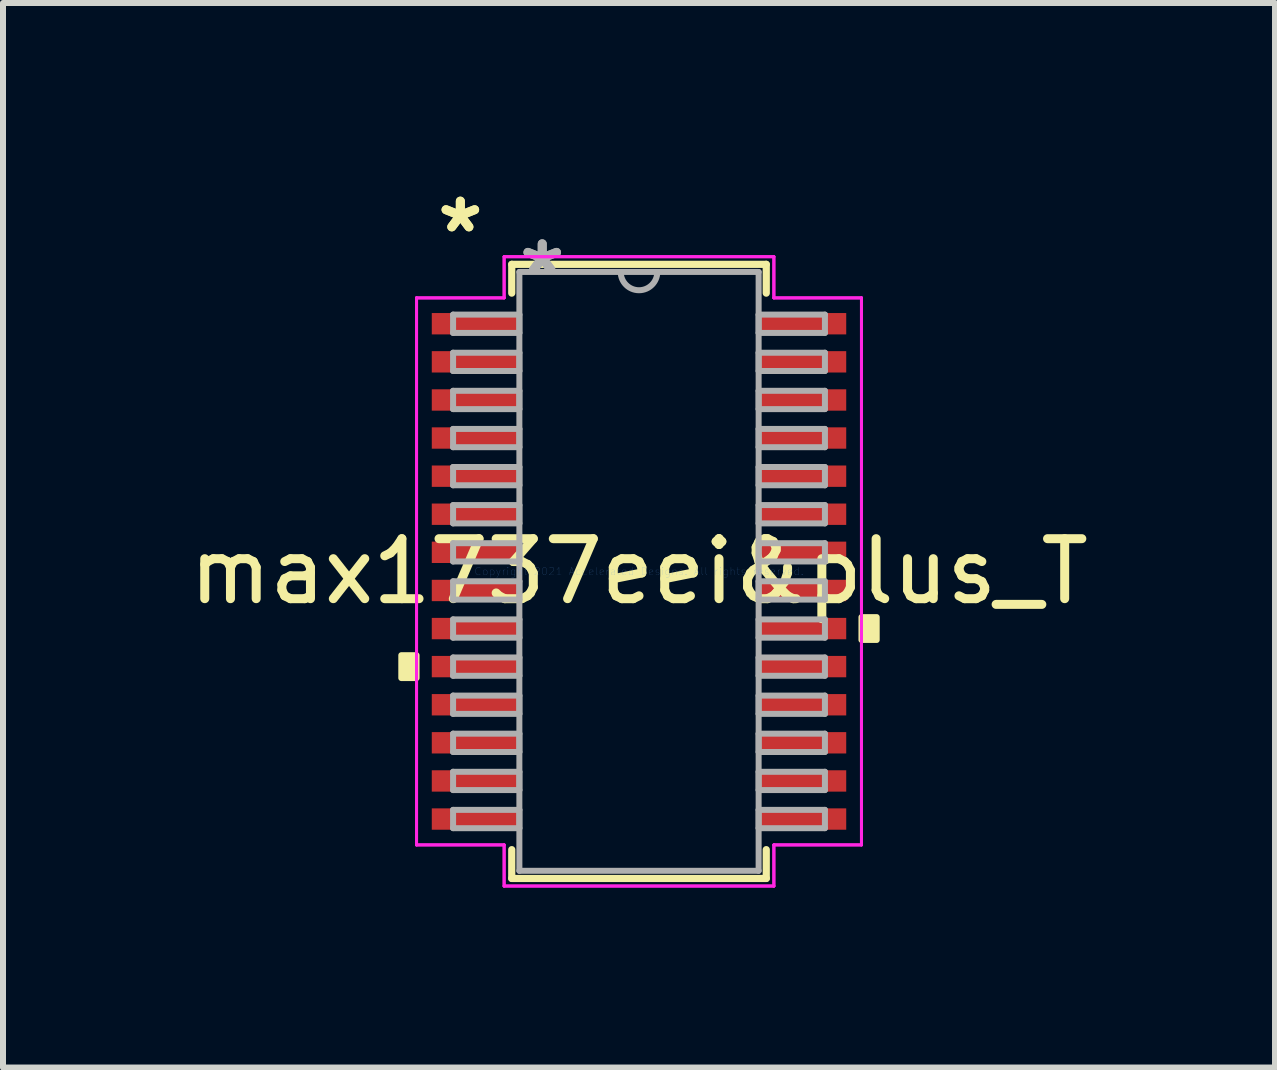
<source format=kicad_pcb>
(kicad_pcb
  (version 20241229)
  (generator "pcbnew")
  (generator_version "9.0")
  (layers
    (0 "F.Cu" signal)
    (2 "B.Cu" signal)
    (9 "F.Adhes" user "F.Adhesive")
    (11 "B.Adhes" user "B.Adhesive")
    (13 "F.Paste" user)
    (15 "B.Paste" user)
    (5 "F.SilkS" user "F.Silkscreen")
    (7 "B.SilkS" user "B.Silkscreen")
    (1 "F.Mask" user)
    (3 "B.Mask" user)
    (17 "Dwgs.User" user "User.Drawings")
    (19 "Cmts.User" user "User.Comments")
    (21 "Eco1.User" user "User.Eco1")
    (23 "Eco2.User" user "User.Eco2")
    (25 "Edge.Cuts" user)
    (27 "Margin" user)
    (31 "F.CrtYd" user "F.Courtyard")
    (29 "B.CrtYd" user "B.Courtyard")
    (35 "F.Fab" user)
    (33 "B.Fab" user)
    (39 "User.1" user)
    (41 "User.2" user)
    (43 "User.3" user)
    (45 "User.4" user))
  (footprint "max1737eei&plus_T"
    (layer "F.Cu")
    (at 7.601 6.474)
    (property "Reference" "max1737eei&plus_T" (at 0 0 0) (layer "F.SilkS") (effects (font (size 1 1) (thickness 0.15))))
    (attr through_hole)
    (fp_line (start -2.121 -5.118) (end -2.121 -4.638) (stroke (width 0.12) (type solid)) (layer "F.SilkS"))
    (fp_line (start -2.121 4.638) (end -2.121 5.118) (stroke (width 0.12) (type solid)) (layer "F.SilkS"))
    (fp_line (start -2.121 5.118) (end 2.121 5.118) (stroke (width 0.12) (type solid)) (layer "F.SilkS"))
    (fp_line (start 2.121 -5.118) (end -2.121 -5.118) (stroke (width 0.12) (type solid)) (layer "F.SilkS"))
    (fp_line (start 2.121 -4.638) (end 2.121 -5.118) (stroke (width 0.12) (type solid)) (layer "F.SilkS"))
    (fp_line (start 2.121 5.118) (end 2.121 4.638) (stroke (width 0.12) (type solid)) (layer "F.SilkS"))
    (fp_poly (pts (xy -3.962 1.397) (xy -3.962 1.778) (xy -3.708 1.778) (xy -3.708 1.397)) (stroke (width 0.1) (type solid)) (fill yes) (layer "F.SilkS"))
    (fp_poly (pts (xy 3.962 0.762) (xy 3.962 1.143) (xy 3.708 1.143) (xy 3.708 0.762)) (stroke (width 0.1) (type solid)) (fill yes) (layer "F.SilkS"))
    (fp_line (start -3.708 -4.559) (end -2.248 -4.559) (stroke (width 0.05) (type solid)) (layer "F.CrtYd"))
    (fp_line (start -3.708 -4.559) (end -2.248 -4.559) (stroke (width 0.05) (type solid)) (layer "F.CrtYd"))
    (fp_line (start -3.708 4.559) (end -3.708 -4.559) (stroke (width 0.05) (type solid)) (layer "F.CrtYd"))
    (fp_line (start -3.708 4.559) (end -3.708 -4.559) (stroke (width 0.05) (type solid)) (layer "F.CrtYd"))
    (fp_line (start -3.708 4.559) (end -2.248 4.559) (stroke (width 0.05) (type solid)) (layer "F.CrtYd"))
    (fp_line (start -2.248 -5.245) (end 2.248 -5.245) (stroke (width 0.05) (type solid)) (layer "F.CrtYd"))
    (fp_line (start -2.248 -5.245) (end 2.248 -5.245) (stroke (width 0.05) (type solid)) (layer "F.CrtYd"))
    (fp_line (start -2.248 -4.559) (end -2.248 -5.245) (stroke (width 0.05) (type solid)) (layer "F.CrtYd"))
    (fp_line (start -2.248 -4.559) (end -2.248 -5.245) (stroke (width 0.05) (type solid)) (layer "F.CrtYd"))
    (fp_line (start -2.248 4.559) (end -3.708 4.559) (stroke (width 0.05) (type solid)) (layer "F.CrtYd"))
    (fp_line (start -2.248 5.245) (end -2.248 4.559) (stroke (width 0.05) (type solid)) (layer "F.CrtYd"))
    (fp_line (start -2.248 5.245) (end -2.248 4.559) (stroke (width 0.05) (type solid)) (layer "F.CrtYd"))
    (fp_line (start 2.248 -5.245) (end 2.248 -4.559) (stroke (width 0.05) (type solid)) (layer "F.CrtYd"))
    (fp_line (start 2.248 -5.245) (end 2.248 -4.559) (stroke (width 0.05) (type solid)) (layer "F.CrtYd"))
    (fp_line (start 2.248 -4.559) (end 3.708 -4.559) (stroke (width 0.05) (type solid)) (layer "F.CrtYd"))
    (fp_line (start 2.248 4.559) (end 2.248 5.245) (stroke (width 0.05) (type solid)) (layer "F.CrtYd"))
    (fp_line (start 2.248 4.559) (end 2.248 5.245) (stroke (width 0.05) (type solid)) (layer "F.CrtYd"))
    (fp_line (start 2.248 5.245) (end -2.248 5.245) (stroke (width 0.05) (type solid)) (layer "F.CrtYd"))
    (fp_line (start 2.248 5.245) (end -2.248 5.245) (stroke (width 0.05) (type solid)) (layer "F.CrtYd"))
    (fp_line (start 3.708 -4.559) (end 2.248 -4.559) (stroke (width 0.05) (type solid)) (layer "F.CrtYd"))
    (fp_line (start 3.708 -4.559) (end 3.708 4.559) (stroke (width 0.05) (type solid)) (layer "F.CrtYd"))
    (fp_line (start 3.708 -4.559) (end 3.708 4.559) (stroke (width 0.05) (type solid)) (layer "F.CrtYd"))
    (fp_line (start 3.708 4.559) (end 2.248 4.559) (stroke (width 0.05) (type solid)) (layer "F.CrtYd"))
    (fp_line (start 3.708 4.559) (end 2.248 4.559) (stroke (width 0.05) (type solid)) (layer "F.CrtYd"))
    (fp_line (start -3.099 -4.28) (end -3.099 -3.975) (stroke (width 0.1) (type solid)) (layer "F.Fab"))
    (fp_line (start -3.099 -3.975) (end -1.994 -3.975) (stroke (width 0.1) (type solid)) (layer "F.Fab"))
    (fp_line (start -3.099 -3.645) (end -3.099 -3.34) (stroke (width 0.1) (type solid)) (layer "F.Fab"))
    (fp_line (start -3.099 -3.34) (end -1.994 -3.34) (stroke (width 0.1) (type solid)) (layer "F.Fab"))
    (fp_line (start -3.099 -3.01) (end -3.099 -2.705) (stroke (width 0.1) (type solid)) (layer "F.Fab"))
    (fp_line (start -3.099 -2.705) (end -1.994 -2.705) (stroke (width 0.1) (type solid)) (layer "F.Fab"))
    (fp_line (start -3.099 -2.375) (end -3.099 -2.07) (stroke (width 0.1) (type solid)) (layer "F.Fab"))
    (fp_line (start -3.099 -2.07) (end -1.994 -2.07) (stroke (width 0.1) (type solid)) (layer "F.Fab"))
    (fp_line (start -3.099 -1.74) (end -3.099 -1.435) (stroke (width 0.1) (type solid)) (layer "F.Fab"))
    (fp_line (start -3.099 -1.435) (end -1.994 -1.435) (stroke (width 0.1) (type solid)) (layer "F.Fab"))
    (fp_line (start -3.099 -1.105) (end -3.099 -0.8) (stroke (width 0.1) (type solid)) (layer "F.Fab"))
    (fp_line (start -3.099 -0.8) (end -1.994 -0.8) (stroke (width 0.1) (type solid)) (layer "F.Fab"))
    (fp_line (start -3.099 -0.47) (end -3.099 -0.165) (stroke (width 0.1) (type solid)) (layer "F.Fab"))
    (fp_line (start -3.099 -0.165) (end -1.994 -0.165) (stroke (width 0.1) (type solid)) (layer "F.Fab"))
    (fp_line (start -3.099 0.165) (end -3.099 0.47) (stroke (width 0.1) (type solid)) (layer "F.Fab"))
    (fp_line (start -3.099 0.47) (end -1.994 0.47) (stroke (width 0.1) (type solid)) (layer "F.Fab"))
    (fp_line (start -3.099 0.8) (end -3.099 1.105) (stroke (width 0.1) (type solid)) (layer "F.Fab"))
    (fp_line (start -3.099 1.105) (end -1.994 1.105) (stroke (width 0.1) (type solid)) (layer "F.Fab"))
    (fp_line (start -3.099 1.435) (end -3.099 1.74) (stroke (width 0.1) (type solid)) (layer "F.Fab"))
    (fp_line (start -3.099 1.74) (end -1.994 1.74) (stroke (width 0.1) (type solid)) (layer "F.Fab"))
    (fp_line (start -3.099 2.07) (end -3.099 2.375) (stroke (width 0.1) (type solid)) (layer "F.Fab"))
    (fp_line (start -3.099 2.375) (end -1.994 2.375) (stroke (width 0.1) (type solid)) (layer "F.Fab"))
    (fp_line (start -3.099 2.705) (end -3.099 3.01) (stroke (width 0.1) (type solid)) (layer "F.Fab"))
    (fp_line (start -3.099 3.01) (end -1.994 3.01) (stroke (width 0.1) (type solid)) (layer "F.Fab"))
    (fp_line (start -3.099 3.34) (end -3.099 3.645) (stroke (width 0.1) (type solid)) (layer "F.Fab"))
    (fp_line (start -3.099 3.645) (end -1.994 3.645) (stroke (width 0.1) (type solid)) (layer "F.Fab"))
    (fp_line (start -3.099 3.975) (end -3.099 4.28) (stroke (width 0.1) (type solid)) (layer "F.Fab"))
    (fp_line (start -3.099 4.28) (end -1.994 4.28) (stroke (width 0.1) (type solid)) (layer "F.Fab"))
    (fp_line (start -1.994 -4.991) (end -1.994 4.991) (stroke (width 0.1) (type solid)) (layer "F.Fab"))
    (fp_line (start -1.994 -4.28) (end -3.099 -4.28) (stroke (width 0.1) (type solid)) (layer "F.Fab"))
    (fp_line (start -1.994 -3.975) (end -1.994 -4.28) (stroke (width 0.1) (type solid)) (layer "F.Fab"))
    (fp_line (start -1.994 -3.645) (end -3.099 -3.645) (stroke (width 0.1) (type solid)) (layer "F.Fab"))
    (fp_line (start -1.994 -3.34) (end -1.994 -3.645) (stroke (width 0.1) (type solid)) (layer "F.Fab"))
    (fp_line (start -1.994 -3.01) (end -3.099 -3.01) (stroke (width 0.1) (type solid)) (layer "F.Fab"))
    (fp_line (start -1.994 -2.705) (end -1.994 -3.01) (stroke (width 0.1) (type solid)) (layer "F.Fab"))
    (fp_line (start -1.994 -2.375) (end -3.099 -2.375) (stroke (width 0.1) (type solid)) (layer "F.Fab"))
    (fp_line (start -1.994 -2.07) (end -1.994 -2.375) (stroke (width 0.1) (type solid)) (layer "F.Fab"))
    (fp_line (start -1.994 -1.74) (end -3.099 -1.74) (stroke (width 0.1) (type solid)) (layer "F.Fab"))
    (fp_line (start -1.994 -1.435) (end -1.994 -1.74) (stroke (width 0.1) (type solid)) (layer "F.Fab"))
    (fp_line (start -1.994 -1.105) (end -3.099 -1.105) (stroke (width 0.1) (type solid)) (layer "F.Fab"))
    (fp_line (start -1.994 -0.8) (end -1.994 -1.105) (stroke (width 0.1) (type solid)) (layer "F.Fab"))
    (fp_line (start -1.994 -0.47) (end -3.099 -0.47) (stroke (width 0.1) (type solid)) (layer "F.Fab"))
    (fp_line (start -1.994 -0.165) (end -1.994 -0.47) (stroke (width 0.1) (type solid)) (layer "F.Fab"))
    (fp_line (start -1.994 0.165) (end -3.099 0.165) (stroke (width 0.1) (type solid)) (layer "F.Fab"))
    (fp_line (start -1.994 0.47) (end -1.994 0.165) (stroke (width 0.1) (type solid)) (layer "F.Fab"))
    (fp_line (start -1.994 0.8) (end -3.099 0.8) (stroke (width 0.1) (type solid)) (layer "F.Fab"))
    (fp_line (start -1.994 1.105) (end -1.994 0.8) (stroke (width 0.1) (type solid)) (layer "F.Fab"))
    (fp_line (start -1.994 1.435) (end -3.099 1.435) (stroke (width 0.1) (type solid)) (layer "F.Fab"))
    (fp_line (start -1.994 1.74) (end -1.994 1.435) (stroke (width 0.1) (type solid)) (layer "F.Fab"))
    (fp_line (start -1.994 2.07) (end -3.099 2.07) (stroke (width 0.1) (type solid)) (layer "F.Fab"))
    (fp_line (start -1.994 2.375) (end -1.994 2.07) (stroke (width 0.1) (type solid)) (layer "F.Fab"))
    (fp_line (start -1.994 2.705) (end -3.099 2.705) (stroke (width 0.1) (type solid)) (layer "F.Fab"))
    (fp_line (start -1.994 3.01) (end -1.994 2.705) (stroke (width 0.1) (type solid)) (layer "F.Fab"))
    (fp_line (start -1.994 3.34) (end -3.099 3.34) (stroke (width 0.1) (type solid)) (layer "F.Fab"))
    (fp_line (start -1.994 3.645) (end -1.994 3.34) (stroke (width 0.1) (type solid)) (layer "F.Fab"))
    (fp_line (start -1.994 3.975) (end -3.099 3.975) (stroke (width 0.1) (type solid)) (layer "F.Fab"))
    (fp_line (start -1.994 4.28) (end -1.994 3.975) (stroke (width 0.1) (type solid)) (layer "F.Fab"))
    (fp_line (start -1.994 4.991) (end 1.994 4.991) (stroke (width 0.1) (type solid)) (layer "F.Fab"))
    (fp_line (start 1.994 -4.991) (end -1.994 -4.991) (stroke (width 0.1) (type solid)) (layer "F.Fab"))
    (fp_line (start 1.994 -4.28) (end 1.994 -3.975) (stroke (width 0.1) (type solid)) (layer "F.Fab"))
    (fp_line (start 1.994 -3.975) (end 3.099 -3.975) (stroke (width 0.1) (type solid)) (layer "F.Fab"))
    (fp_line (start 1.994 -3.645) (end 1.994 -3.34) (stroke (width 0.1) (type solid)) (layer "F.Fab"))
    (fp_line (start 1.994 -3.34) (end 3.099 -3.34) (stroke (width 0.1) (type solid)) (layer "F.Fab"))
    (fp_line (start 1.994 -3.01) (end 1.994 -2.705) (stroke (width 0.1) (type solid)) (layer "F.Fab"))
    (fp_line (start 1.994 -2.705) (end 3.099 -2.705) (stroke (width 0.1) (type solid)) (layer "F.Fab"))
    (fp_line (start 1.994 -2.375) (end 1.994 -2.07) (stroke (width 0.1) (type solid)) (layer "F.Fab"))
    (fp_line (start 1.994 -2.07) (end 3.099 -2.07) (stroke (width 0.1) (type solid)) (layer "F.Fab"))
    (fp_line (start 1.994 -1.74) (end 1.994 -1.435) (stroke (width 0.1) (type solid)) (layer "F.Fab"))
    (fp_line (start 1.994 -1.435) (end 3.099 -1.435) (stroke (width 0.1) (type solid)) (layer "F.Fab"))
    (fp_line (start 1.994 -1.105) (end 1.994 -0.8) (stroke (width 0.1) (type solid)) (layer "F.Fab"))
    (fp_line (start 1.994 -0.8) (end 3.099 -0.8) (stroke (width 0.1) (type solid)) (layer "F.Fab"))
    (fp_line (start 1.994 -0.47) (end 1.994 -0.165) (stroke (width 0.1) (type solid)) (layer "F.Fab"))
    (fp_line (start 1.994 -0.165) (end 3.099 -0.165) (stroke (width 0.1) (type solid)) (layer "F.Fab"))
    (fp_line (start 1.994 0.165) (end 1.994 0.47) (stroke (width 0.1) (type solid)) (layer "F.Fab"))
    (fp_line (start 1.994 0.47) (end 3.099 0.47) (stroke (width 0.1) (type solid)) (layer "F.Fab"))
    (fp_line (start 1.994 0.8) (end 1.994 1.105) (stroke (width 0.1) (type solid)) (layer "F.Fab"))
    (fp_line (start 1.994 1.105) (end 3.099 1.105) (stroke (width 0.1) (type solid)) (layer "F.Fab"))
    (fp_line (start 1.994 1.435) (end 1.994 1.74) (stroke (width 0.1) (type solid)) (layer "F.Fab"))
    (fp_line (start 1.994 1.74) (end 3.099 1.74) (stroke (width 0.1) (type solid)) (layer "F.Fab"))
    (fp_line (start 1.994 2.07) (end 1.994 2.375) (stroke (width 0.1) (type solid)) (layer "F.Fab"))
    (fp_line (start 1.994 2.375) (end 3.099 2.375) (stroke (width 0.1) (type solid)) (layer "F.Fab"))
    (fp_line (start 1.994 2.705) (end 1.994 3.01) (stroke (width 0.1) (type solid)) (layer "F.Fab"))
    (fp_line (start 1.994 3.01) (end 3.099 3.01) (stroke (width 0.1) (type solid)) (layer "F.Fab"))
    (fp_line (start 1.994 3.34) (end 1.994 3.645) (stroke (width 0.1) (type solid)) (layer "F.Fab"))
    (fp_line (start 1.994 3.645) (end 3.099 3.645) (stroke (width 0.1) (type solid)) (layer "F.Fab"))
    (fp_line (start 1.994 3.975) (end 1.994 4.28) (stroke (width 0.1) (type solid)) (layer "F.Fab"))
    (fp_line (start 1.994 4.28) (end 3.099 4.28) (stroke (width 0.1) (type solid)) (layer "F.Fab"))
    (fp_line (start 1.994 4.991) (end 1.994 -4.991) (stroke (width 0.1) (type solid)) (layer "F.Fab"))
    (fp_line (start 3.099 -4.28) (end 1.994 -4.28) (stroke (width 0.1) (type solid)) (layer "F.Fab"))
    (fp_line (start 3.099 -3.975) (end 3.099 -4.28) (stroke (width 0.1) (type solid)) (layer "F.Fab"))
    (fp_line (start 3.099 -3.645) (end 1.994 -3.645) (stroke (width 0.1) (type solid)) (layer "F.Fab"))
    (fp_line (start 3.099 -3.34) (end 3.099 -3.645) (stroke (width 0.1) (type solid)) (layer "F.Fab"))
    (fp_line (start 3.099 -3.01) (end 1.994 -3.01) (stroke (width 0.1) (type solid)) (layer "F.Fab"))
    (fp_line (start 3.099 -2.705) (end 3.099 -3.01) (stroke (width 0.1) (type solid)) (layer "F.Fab"))
    (fp_line (start 3.099 -2.375) (end 1.994 -2.375) (stroke (width 0.1) (type solid)) (layer "F.Fab"))
    (fp_line (start 3.099 -2.07) (end 3.099 -2.375) (stroke (width 0.1) (type solid)) (layer "F.Fab"))
    (fp_line (start 3.099 -1.74) (end 1.994 -1.74) (stroke (width 0.1) (type solid)) (layer "F.Fab"))
    (fp_line (start 3.099 -1.435) (end 3.099 -1.74) (stroke (width 0.1) (type solid)) (layer "F.Fab"))
    (fp_line (start 3.099 -1.105) (end 1.994 -1.105) (stroke (width 0.1) (type solid)) (layer "F.Fab"))
    (fp_line (start 3.099 -0.8) (end 3.099 -1.105) (stroke (width 0.1) (type solid)) (layer "F.Fab"))
    (fp_line (start 3.099 -0.47) (end 1.994 -0.47) (stroke (width 0.1) (type solid)) (layer "F.Fab"))
    (fp_line (start 3.099 -0.165) (end 3.099 -0.47) (stroke (width 0.1) (type solid)) (layer "F.Fab"))
    (fp_line (start 3.099 0.165) (end 1.994 0.165) (stroke (width 0.1) (type solid)) (layer "F.Fab"))
    (fp_line (start 3.099 0.47) (end 3.099 0.165) (stroke (width 0.1) (type solid)) (layer "F.Fab"))
    (fp_line (start 3.099 0.8) (end 1.994 0.8) (stroke (width 0.1) (type solid)) (layer "F.Fab"))
    (fp_line (start 3.099 1.105) (end 3.099 0.8) (stroke (width 0.1) (type solid)) (layer "F.Fab"))
    (fp_line (start 3.099 1.435) (end 1.994 1.435) (stroke (width 0.1) (type solid)) (layer "F.Fab"))
    (fp_line (start 3.099 1.74) (end 3.099 1.435) (stroke (width 0.1) (type solid)) (layer "F.Fab"))
    (fp_line (start 3.099 2.07) (end 1.994 2.07) (stroke (width 0.1) (type solid)) (layer "F.Fab"))
    (fp_line (start 3.099 2.375) (end 3.099 2.07) (stroke (width 0.1) (type solid)) (layer "F.Fab"))
    (fp_line (start 3.099 2.705) (end 1.994 2.705) (stroke (width 0.1) (type solid)) (layer "F.Fab"))
    (fp_line (start 3.099 3.01) (end 3.099 2.705) (stroke (width 0.1) (type solid)) (layer "F.Fab"))
    (fp_line (start 3.099 3.34) (end 1.994 3.34) (stroke (width 0.1) (type solid)) (layer "F.Fab"))
    (fp_line (start 3.099 3.645) (end 3.099 3.34) (stroke (width 0.1) (type solid)) (layer "F.Fab"))
    (fp_line (start 3.099 3.975) (end 1.994 3.975) (stroke (width 0.1) (type solid)) (layer "F.Fab"))
    (fp_line (start 3.099 4.28) (end 3.099 3.975) (stroke (width 0.1) (type solid)) (layer "F.Fab"))
    (fp_arc (start 0.3048 -4.9911) (mid 0 -4.6863) (end -0.3048 -4.9911) (stroke (width 0.1) (type solid)) (layer "F.Fab"))
    (fp_text user "*" (at -2.978 -5.626 0) (layer "F.SilkS") (effects (font (size 1 1) (thickness 0.15))))
    (fp_text user "*" (at -2.978 -5.626 0) (layer "F.SilkS") (effects (font (size 1 1) (thickness 0.15))))
    (fp_text user "Copyright 2021 Accelerated Designs. All rights reserved." (at 0 0 0) (layer "Cmts.User") (effects (font (size 0.127 0.127) (thickness 0.002))))
    (fp_text user "*" (at -1.613 -4.915 0) (layer "F.Fab") (effects (font (size 1 1) (thickness 0.15))))
    (fp_text user "*" (at -1.613 -4.915 0) (layer "F.Fab") (effects (font (size 1 1) (thickness 0.15))))
    (pad "1" smd rect (at -2.724 -4.128) (size 1.46 0.356) (layers "F.Cu" "F.Mask" "F.Paste"))
    (pad "2" smd rect (at -2.724 -3.493) (size 1.46 0.356) (layers "F.Cu" "F.Mask" "F.Paste"))
    (pad "3" smd rect (at -2.724 -2.857) (size 1.46 0.356) (layers "F.Cu" "F.Mask" "F.Paste"))
    (pad "4" smd rect (at -2.724 -2.223) (size 1.46 0.356) (layers "F.Cu" "F.Mask" "F.Paste"))
    (pad "5" smd rect (at -2.724 -1.587) (size 1.46 0.356) (layers "F.Cu" "F.Mask" "F.Paste"))
    (pad "6" smd rect (at -2.724 -0.953) (size 1.46 0.356) (layers "F.Cu" "F.Mask" "F.Paste"))
    (pad "7" smd rect (at -2.724 -0.318) (size 1.46 0.356) (layers "F.Cu" "F.Mask" "F.Paste"))
    (pad "8" smd rect (at -2.724 0.318) (size 1.46 0.356) (layers "F.Cu" "F.Mask" "F.Paste"))
    (pad "9" smd rect (at -2.724 0.953) (size 1.46 0.356) (layers "F.Cu" "F.Mask" "F.Paste"))
    (pad "10" smd rect (at -2.724 1.587) (size 1.46 0.356) (layers "F.Cu" "F.Mask" "F.Paste"))
    (pad "11" smd rect (at -2.724 2.223) (size 1.46 0.356) (layers "F.Cu" "F.Mask" "F.Paste"))
    (pad "12" smd rect (at -2.724 2.857) (size 1.46 0.356) (layers "F.Cu" "F.Mask" "F.Paste"))
    (pad "13" smd rect (at -2.724 3.493) (size 1.46 0.356) (layers "F.Cu" "F.Mask" "F.Paste"))
    (pad "14" smd rect (at -2.724 4.128) (size 1.46 0.356) (layers "F.Cu" "F.Mask" "F.Paste"))
    (pad "15" smd rect (at 2.724 4.128) (size 1.46 0.356) (layers "F.Cu" "F.Mask" "F.Paste"))
    (pad "16" smd rect (at 2.724 3.493) (size 1.46 0.356) (layers "F.Cu" "F.Mask" "F.Paste"))
    (pad "17" smd rect (at 2.724 2.857) (size 1.46 0.356) (layers "F.Cu" "F.Mask" "F.Paste"))
    (pad "18" smd rect (at 2.724 2.223) (size 1.46 0.356) (layers "F.Cu" "F.Mask" "F.Paste"))
    (pad "19" smd rect (at 2.724 1.587) (size 1.46 0.356) (layers "F.Cu" "F.Mask" "F.Paste"))
    (pad "20" smd rect (at 2.724 0.953) (size 1.46 0.356) (layers "F.Cu" "F.Mask" "F.Paste"))
    (pad "21" smd rect (at 2.724 0.318) (size 1.46 0.356) (layers "F.Cu" "F.Mask" "F.Paste"))
    (pad "22" smd rect (at 2.724 -0.318) (size 1.46 0.356) (layers "F.Cu" "F.Mask" "F.Paste"))
    (pad "23" smd rect (at 2.724 -0.953) (size 1.46 0.356) (layers "F.Cu" "F.Mask" "F.Paste"))
    (pad "24" smd rect (at 2.724 -1.587) (size 1.46 0.356) (layers "F.Cu" "F.Mask" "F.Paste"))
    (pad "25" smd rect (at 2.724 -2.223) (size 1.46 0.356) (layers "F.Cu" "F.Mask" "F.Paste"))
    (pad "26" smd rect (at 2.724 -2.857) (size 1.46 0.356) (layers "F.Cu" "F.Mask" "F.Paste"))
    (pad "27" smd rect (at 2.724 -3.493) (size 1.46 0.356) (layers "F.Cu" "F.Mask" "F.Paste"))
    (pad "28" smd rect (at 2.724 -4.128) (size 1.46 0.356) (layers "F.Cu" "F.Mask" "F.Paste")))
  (gr_rect
    (start -3 -3)
    (end 18.202 14.744)
    (stroke (width 0.1) (type default))
    (fill no)
    (layer "Edge.Cuts")))
</source>
